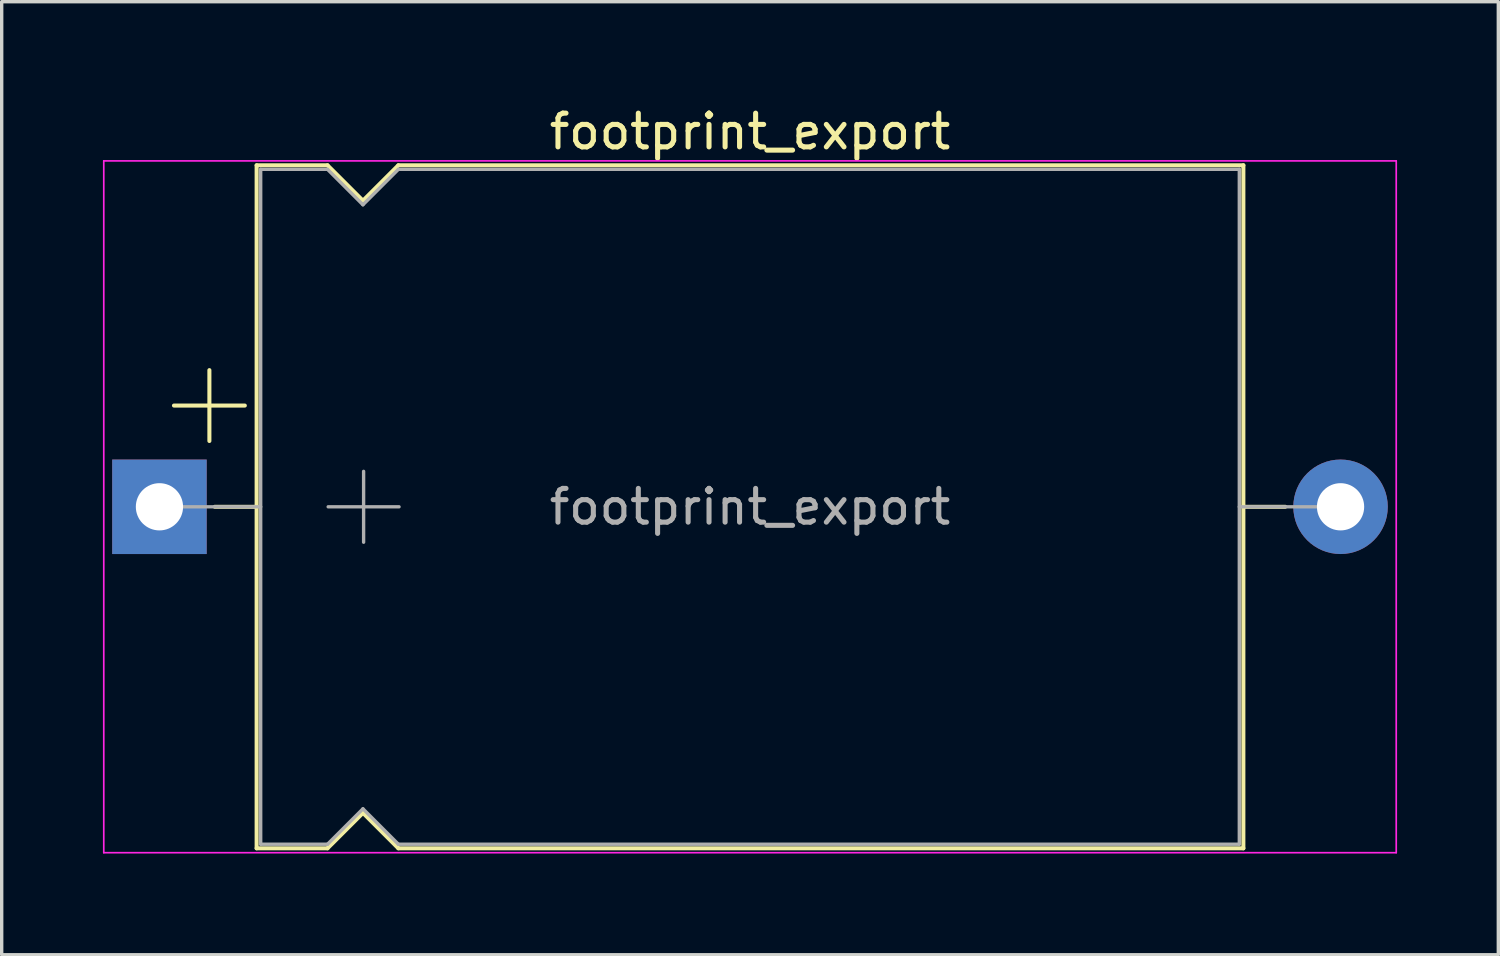
<source format=kicad_pcb>
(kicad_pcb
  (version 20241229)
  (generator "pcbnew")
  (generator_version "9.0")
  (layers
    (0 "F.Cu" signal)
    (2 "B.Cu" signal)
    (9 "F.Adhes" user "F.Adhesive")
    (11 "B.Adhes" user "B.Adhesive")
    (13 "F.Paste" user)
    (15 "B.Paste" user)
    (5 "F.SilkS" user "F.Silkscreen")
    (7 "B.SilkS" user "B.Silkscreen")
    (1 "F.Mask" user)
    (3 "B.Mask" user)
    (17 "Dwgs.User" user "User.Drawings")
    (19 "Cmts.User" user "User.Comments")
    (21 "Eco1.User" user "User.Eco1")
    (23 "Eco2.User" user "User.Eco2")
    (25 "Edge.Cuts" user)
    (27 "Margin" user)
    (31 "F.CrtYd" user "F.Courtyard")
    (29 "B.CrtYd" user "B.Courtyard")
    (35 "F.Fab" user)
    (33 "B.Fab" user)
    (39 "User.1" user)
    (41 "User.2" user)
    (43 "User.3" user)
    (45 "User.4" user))
  (footprint "footprint_export"
    (layer "F.Cu")
    (at 1.675 11.968)
    (property "Reference" "footprint_export" (at 17.5 -11.12 0) (layer "F.SilkS") (effects (font (size 1 1) (thickness 0.15))))
    (attr through_hole)
    (fp_line (start 0.43 -3) (end 2.53 -3) (stroke (width 0.12) (type solid)) (layer "F.SilkS"))
    (fp_line (start 1.48 -4.05) (end 1.48 -1.95) (stroke (width 0.12) (type solid)) (layer "F.SilkS"))
    (fp_line (start 1.64 0) (end 2.88 0) (stroke (width 0.12) (type solid)) (layer "F.SilkS"))
    (fp_line (start 2.88 -10.12) (end 2.88 10.12) (stroke (width 0.12) (type solid)) (layer "F.SilkS"))
    (fp_line (start 2.88 -10.12) (end 4.98 -10.12) (stroke (width 0.12) (type solid)) (layer "F.SilkS"))
    (fp_line (start 2.88 10.12) (end 4.98 10.12) (stroke (width 0.12) (type solid)) (layer "F.SilkS"))
    (fp_line (start 4.98 -10.12) (end 6.03 -9.07) (stroke (width 0.12) (type solid)) (layer "F.SilkS"))
    (fp_line (start 4.98 10.12) (end 6.03 9.07) (stroke (width 0.12) (type solid)) (layer "F.SilkS"))
    (fp_line (start 6.03 -9.07) (end 7.08 -10.12) (stroke (width 0.12) (type solid)) (layer "F.SilkS"))
    (fp_line (start 6.03 9.07) (end 7.08 10.12) (stroke (width 0.12) (type solid)) (layer "F.SilkS"))
    (fp_line (start 7.08 -10.12) (end 32.12 -10.12) (stroke (width 0.12) (type solid)) (layer "F.SilkS"))
    (fp_line (start 7.08 10.12) (end 32.12 10.12) (stroke (width 0.12) (type solid)) (layer "F.SilkS"))
    (fp_line (start 32.12 -10.12) (end 32.12 10.12) (stroke (width 0.12) (type solid)) (layer "F.SilkS"))
    (fp_line (start 33.36 0) (end 32.12 0) (stroke (width 0.12) (type solid)) (layer "F.SilkS"))
    (fp_line (start -1.65 -10.25) (end -1.65 10.25) (stroke (width 0.05) (type solid)) (layer "F.CrtYd"))
    (fp_line (start -1.65 10.25) (end 36.65 10.25) (stroke (width 0.05) (type solid)) (layer "F.CrtYd"))
    (fp_line (start 36.65 -10.25) (end -1.65 -10.25) (stroke (width 0.05) (type solid)) (layer "F.CrtYd"))
    (fp_line (start 36.65 10.25) (end 36.65 -10.25) (stroke (width 0.05) (type solid)) (layer "F.CrtYd"))
    (fp_line (start 0 0) (end 3 0) (stroke (width 0.1) (type solid)) (layer "F.Fab"))
    (fp_line (start 3 -10) (end 3 10) (stroke (width 0.1) (type solid)) (layer "F.Fab"))
    (fp_line (start 3 -10) (end 4.98 -10) (stroke (width 0.1) (type solid)) (layer "F.Fab"))
    (fp_line (start 3 10) (end 4.98 10) (stroke (width 0.1) (type solid)) (layer "F.Fab"))
    (fp_line (start 4.98 -10) (end 6.03 -8.95) (stroke (width 0.1) (type solid)) (layer "F.Fab"))
    (fp_line (start 4.98 10) (end 6.03 8.95) (stroke (width 0.1) (type solid)) (layer "F.Fab"))
    (fp_line (start 5 0) (end 7.1 0) (stroke (width 0.1) (type solid)) (layer "F.Fab"))
    (fp_line (start 6.03 -8.95) (end 7.08 -10) (stroke (width 0.1) (type solid)) (layer "F.Fab"))
    (fp_line (start 6.03 8.95) (end 7.08 10) (stroke (width 0.1) (type solid)) (layer "F.Fab"))
    (fp_line (start 6.05 -1.05) (end 6.05 1.05) (stroke (width 0.1) (type solid)) (layer "F.Fab"))
    (fp_line (start 7.08 -10) (end 32 -10) (stroke (width 0.1) (type solid)) (layer "F.Fab"))
    (fp_line (start 7.08 10) (end 32 10) (stroke (width 0.1) (type solid)) (layer "F.Fab"))
    (fp_line (start 32 -10) (end 32 10) (stroke (width 0.1) (type solid)) (layer "F.Fab"))
    (fp_line (start 35 0) (end 32 0) (stroke (width 0.1) (type solid)) (layer "F.Fab"))
    (fp_text user "${REFERENCE}" (at 17.5 0 0) (layer "F.Fab") (effects (font (size 1 1) (thickness 0.15))))
    (pad "1" thru_hole rect (at 0 0) (size 2.8 2.8) (drill 1.4) (layers "*.Cu" "*.Mask"))
    (pad "2" thru_hole oval (at 35 0) (size 2.8 2.8) (drill 1.4) (layers "*.Cu" "*.Mask")))
  (gr_rect
    (start -3 -3)
    (end 41.35 25.243)
    (stroke (width 0.1) (type default))
    (fill no)
    (layer "Edge.Cuts")))
</source>
